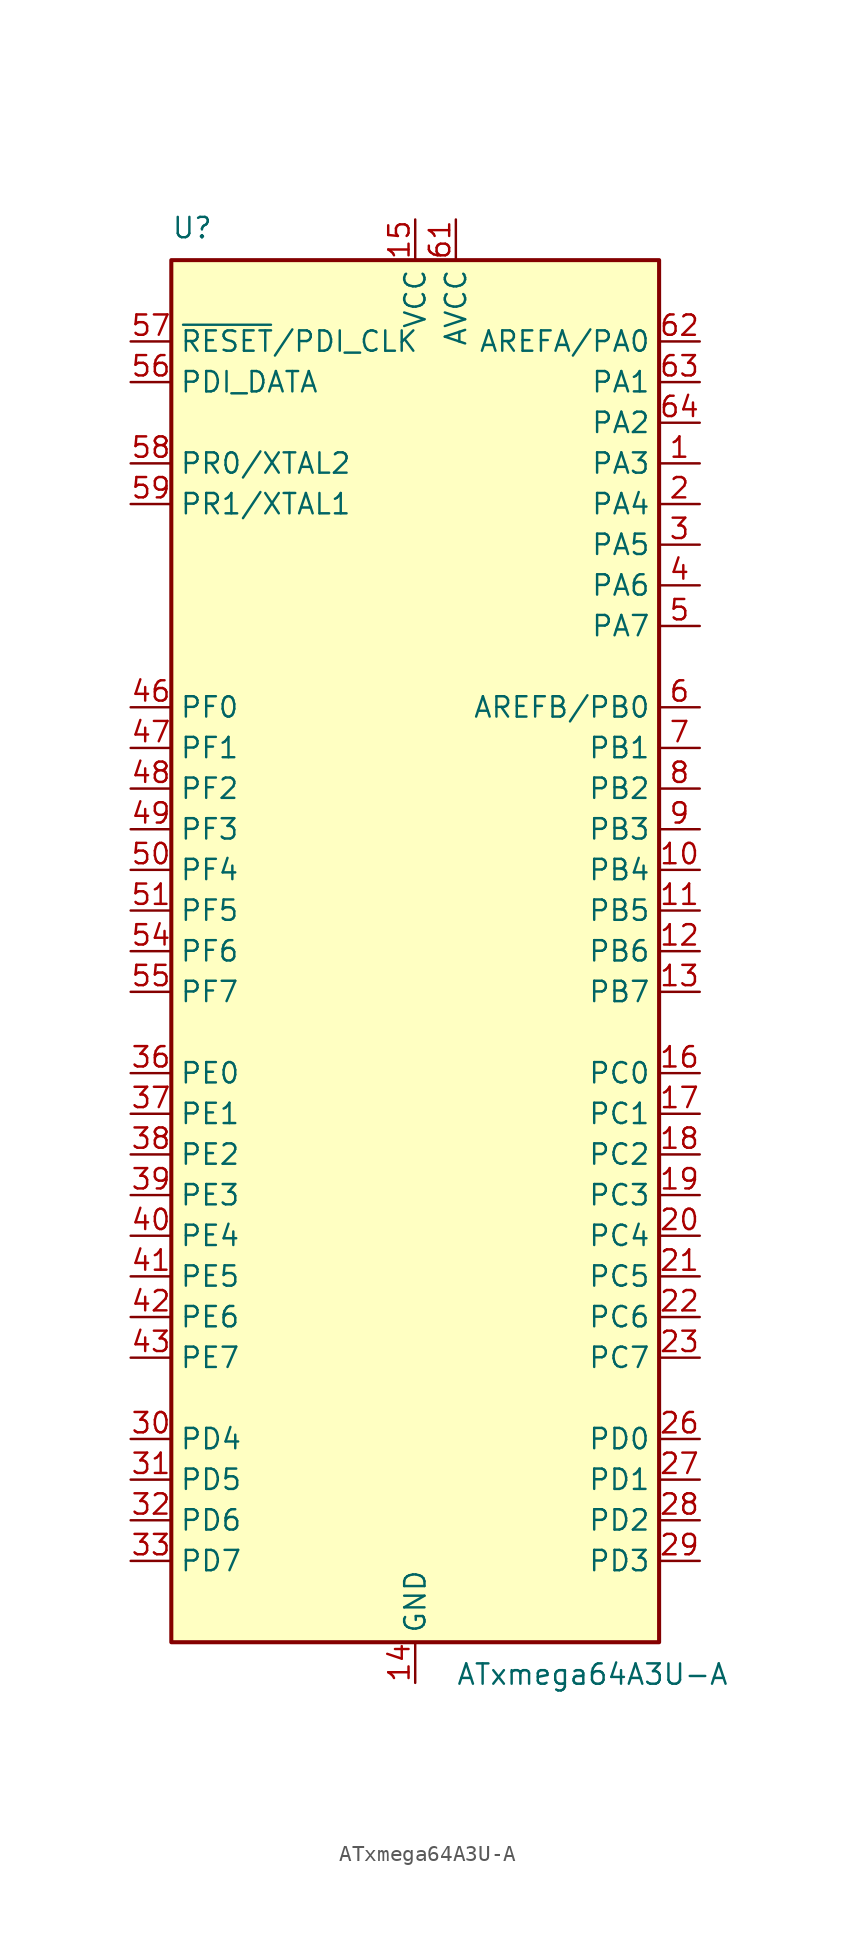
<source format=kicad_sym>
(kicad_symbol_lib
  (version 20211014)
  (generator kicad_symbol_editor)
  (symbol "ATxmega64A3U-A"
    (property "Reference" "U"
      (at -15.24 44.45 0)
      (effects (font (size 1.27 1.27)) (justify left bottom)))
    (property "Value" "ATxmega64A3U-A"
      (at 2.54 -44.45 0)
      (effects (font (size 1.27 1.27)) (justify left top)))
    (symbol "ATxmega64A3U-A_0_1"
      (rectangle (start -15.24 -43.18) (end 15.24 43.18) (stroke (width 0.254) (type default) (color 0 0 0 0)) (fill (type background))))
    (symbol "ATxmega64A3U-A_1_1"
      (pin bidirectional line (at 17.78 30.48 180) (length 2.54) (name "PA3" (effects (font (size 1.27 1.27)))) (number "1" (effects (font (size 1.27 1.27)))))
      (pin bidirectional line (at 17.78 5.08 180) (length 2.54) (name "PB4" (effects (font (size 1.27 1.27)))) (number "10" (effects (font (size 1.27 1.27)))))
      (pin bidirectional line (at 17.78 2.54 180) (length 2.54) (name "PB5" (effects (font (size 1.27 1.27)))) (number "11" (effects (font (size 1.27 1.27)))))
      (pin bidirectional line (at 17.78 0 180) (length 2.54) (name "PB6" (effects (font (size 1.27 1.27)))) (number "12" (effects (font (size 1.27 1.27)))))
      (pin bidirectional line (at 17.78 -2.54 180) (length 2.54) (name "PB7" (effects (font (size 1.27 1.27)))) (number "13" (effects (font (size 1.27 1.27)))))
      (pin power_in line (at 0 -45.72 90) (length 2.54) (name "GND" (effects (font (size 1.27 1.27)))) (number "14" (effects (font (size 1.27 1.27)))))
      (pin power_in line (at 0 45.72 270) (length 2.54) (name "VCC" (effects (font (size 1.27 1.27)))) (number "15" (effects (font (size 1.27 1.27)))))
      (pin bidirectional line (at 17.78 -7.62 180) (length 2.54) (name "PC0" (effects (font (size 1.27 1.27)))) (number "16" (effects (font (size 1.27 1.27)))))
      (pin bidirectional line (at 17.78 -10.16 180) (length 2.54) (name "PC1" (effects (font (size 1.27 1.27)))) (number "17" (effects (font (size 1.27 1.27)))))
      (pin bidirectional line (at 17.78 -12.7 180) (length 2.54) (name "PC2" (effects (font (size 1.27 1.27)))) (number "18" (effects (font (size 1.27 1.27)))))
      (pin bidirectional line (at 17.78 -15.24 180) (length 2.54) (name "PC3" (effects (font (size 1.27 1.27)))) (number "19" (effects (font (size 1.27 1.27)))))
      (pin bidirectional line (at 17.78 27.94 180) (length 2.54) (name "PA4" (effects (font (size 1.27 1.27)))) (number "2" (effects (font (size 1.27 1.27)))))
      (pin bidirectional line (at 17.78 -17.78 180) (length 2.54) (name "PC4" (effects (font (size 1.27 1.27)))) (number "20" (effects (font (size 1.27 1.27)))))
      (pin bidirectional line (at 17.78 -20.32 180) (length 2.54) (name "PC5" (effects (font (size 1.27 1.27)))) (number "21" (effects (font (size 1.27 1.27)))))
      (pin bidirectional line (at 17.78 -22.86 180) (length 2.54) (name "PC6" (effects (font (size 1.27 1.27)))) (number "22" (effects (font (size 1.27 1.27)))))
      (pin bidirectional line (at 17.78 -25.4 180) (length 2.54) (name "PC7" (effects (font (size 1.27 1.27)))) (number "23" (effects (font (size 1.27 1.27)))))
      (pin passive line (at 0 -45.72 90) (length 2.54) hide (name "GND" (effects (font (size 1.27 1.27)))) (number "24" (effects (font (size 1.27 1.27)))))
      (pin passive line (at 0 45.72 270) (length 2.54) hide (name "VCC" (effects (font (size 1.27 1.27)))) (number "25" (effects (font (size 1.27 1.27)))))
      (pin bidirectional line (at 17.78 -30.48 180) (length 2.54) (name "PD0" (effects (font (size 1.27 1.27)))) (number "26" (effects (font (size 1.27 1.27)))))
      (pin bidirectional line (at 17.78 -33.02 180) (length 2.54) (name "PD1" (effects (font (size 1.27 1.27)))) (number "27" (effects (font (size 1.27 1.27)))))
      (pin bidirectional line (at 17.78 -35.56 180) (length 2.54) (name "PD2" (effects (font (size 1.27 1.27)))) (number "28" (effects (font (size 1.27 1.27)))))
      (pin bidirectional line (at 17.78 -38.1 180) (length 2.54) (name "PD3" (effects (font (size 1.27 1.27)))) (number "29" (effects (font (size 1.27 1.27)))))
      (pin bidirectional line (at 17.78 25.4 180) (length 2.54) (name "PA5" (effects (font (size 1.27 1.27)))) (number "3" (effects (font (size 1.27 1.27)))))
      (pin bidirectional line (at -17.78 -30.48 0) (length 2.54) (name "PD4" (effects (font (size 1.27 1.27)))) (number "30" (effects (font (size 1.27 1.27)))))
      (pin bidirectional line (at -17.78 -33.02 0) (length 2.54) (name "PD5" (effects (font (size 1.27 1.27)))) (number "31" (effects (font (size 1.27 1.27)))))
      (pin bidirectional line (at -17.78 -35.56 0) (length 2.54) (name "PD6" (effects (font (size 1.27 1.27)))) (number "32" (effects (font (size 1.27 1.27)))))
      (pin bidirectional line (at -17.78 -38.1 0) (length 2.54) (name "PD7" (effects (font (size 1.27 1.27)))) (number "33" (effects (font (size 1.27 1.27)))))
      (pin passive line (at 0 -45.72 90) (length 2.54) hide (name "GND" (effects (font (size 1.27 1.27)))) (number "34" (effects (font (size 1.27 1.27)))))
      (pin passive line (at 0 45.72 270) (length 2.54) hide (name "VCC" (effects (font (size 1.27 1.27)))) (number "35" (effects (font (size 1.27 1.27)))))
      (pin bidirectional line (at -17.78 -7.62 0) (length 2.54) (name "PE0" (effects (font (size 1.27 1.27)))) (number "36" (effects (font (size 1.27 1.27)))))
      (pin bidirectional line (at -17.78 -10.16 0) (length 2.54) (name "PE1" (effects (font (size 1.27 1.27)))) (number "37" (effects (font (size 1.27 1.27)))))
      (pin bidirectional line (at -17.78 -12.7 0) (length 2.54) (name "PE2" (effects (font (size 1.27 1.27)))) (number "38" (effects (font (size 1.27 1.27)))))
      (pin bidirectional line (at -17.78 -15.24 0) (length 2.54) (name "PE3" (effects (font (size 1.27 1.27)))) (number "39" (effects (font (size 1.27 1.27)))))
      (pin bidirectional line (at 17.78 22.86 180) (length 2.54) (name "PA6" (effects (font (size 1.27 1.27)))) (number "4" (effects (font (size 1.27 1.27)))))
      (pin bidirectional line (at -17.78 -17.78 0) (length 2.54) (name "PE4" (effects (font (size 1.27 1.27)))) (number "40" (effects (font (size 1.27 1.27)))))
      (pin bidirectional line (at -17.78 -20.32 0) (length 2.54) (name "PE5" (effects (font (size 1.27 1.27)))) (number "41" (effects (font (size 1.27 1.27)))))
      (pin bidirectional line (at -17.78 -22.86 0) (length 2.54) (name "PE6" (effects (font (size 1.27 1.27)))) (number "42" (effects (font (size 1.27 1.27)))))
      (pin bidirectional line (at -17.78 -25.4 0) (length 2.54) (name "PE7" (effects (font (size 1.27 1.27)))) (number "43" (effects (font (size 1.27 1.27)))))
      (pin passive line (at 0 -45.72 90) (length 2.54) hide (name "GND" (effects (font (size 1.27 1.27)))) (number "44" (effects (font (size 1.27 1.27)))))
      (pin passive line (at 0 45.72 270) (length 2.54) hide (name "VCC" (effects (font (size 1.27 1.27)))) (number "45" (effects (font (size 1.27 1.27)))))
      (pin bidirectional line (at -17.78 15.24 0) (length 2.54) (name "PF0" (effects (font (size 1.27 1.27)))) (number "46" (effects (font (size 1.27 1.27)))))
      (pin bidirectional line (at -17.78 12.7 0) (length 2.54) (name "PF1" (effects (font (size 1.27 1.27)))) (number "47" (effects (font (size 1.27 1.27)))))
      (pin bidirectional line (at -17.78 10.16 0) (length 2.54) (name "PF2" (effects (font (size 1.27 1.27)))) (number "48" (effects (font (size 1.27 1.27)))))
      (pin bidirectional line (at -17.78 7.62 0) (length 2.54) (name "PF3" (effects (font (size 1.27 1.27)))) (number "49" (effects (font (size 1.27 1.27)))))
      (pin bidirectional line (at 17.78 20.32 180) (length 2.54) (name "PA7" (effects (font (size 1.27 1.27)))) (number "5" (effects (font (size 1.27 1.27)))))
      (pin bidirectional line (at -17.78 5.08 0) (length 2.54) (name "PF4" (effects (font (size 1.27 1.27)))) (number "50" (effects (font (size 1.27 1.27)))))
      (pin bidirectional line (at -17.78 2.54 0) (length 2.54) (name "PF5" (effects (font (size 1.27 1.27)))) (number "51" (effects (font (size 1.27 1.27)))))
      (pin passive line (at 0 -45.72 90) (length 2.54) hide (name "GND" (effects (font (size 1.27 1.27)))) (number "52" (effects (font (size 1.27 1.27)))))
      (pin passive line (at 0 45.72 270) (length 2.54) hide (name "VCC" (effects (font (size 1.27 1.27)))) (number "53" (effects (font (size 1.27 1.27)))))
      (pin bidirectional line (at -17.78 0 0) (length 2.54) (name "PF6" (effects (font (size 1.27 1.27)))) (number "54" (effects (font (size 1.27 1.27)))))
      (pin bidirectional line (at -17.78 -2.54 0) (length 2.54) (name "PF7" (effects (font (size 1.27 1.27)))) (number "55" (effects (font (size 1.27 1.27)))))
      (pin bidirectional line (at -17.78 35.56 0) (length 2.54) (name "PDI_DATA" (effects (font (size 1.27 1.27)))) (number "56" (effects (font (size 1.27 1.27)))))
      (pin input line (at -17.78 38.1 0) (length 2.54) (name "~{RESET}/PDI_CLK" (effects (font (size 1.27 1.27)))) (number "57" (effects (font (size 1.27 1.27)))))
      (pin bidirectional line (at -17.78 30.48 0) (length 2.54) (name "PR0/XTAL2" (effects (font (size 1.27 1.27)))) (number "58" (effects (font (size 1.27 1.27)))))
      (pin bidirectional line (at -17.78 27.94 0) (length 2.54) (name "PR1/XTAL1" (effects (font (size 1.27 1.27)))) (number "59" (effects (font (size 1.27 1.27)))))
      (pin bidirectional line (at 17.78 15.24 180) (length 2.54) (name "AREFB/PB0" (effects (font (size 1.27 1.27)))) (number "6" (effects (font (size 1.27 1.27)))))
      (pin passive line (at 0 -45.72 90) (length 2.54) hide (name "GND" (effects (font (size 1.27 1.27)))) (number "60" (effects (font (size 1.27 1.27)))))
      (pin power_in line (at 2.54 45.72 270) (length 2.54) (name "AVCC" (effects (font (size 1.27 1.27)))) (number "61" (effects (font (size 1.27 1.27)))))
      (pin bidirectional line (at 17.78 38.1 180) (length 2.54) (name "AREFA/PA0" (effects (font (size 1.27 1.27)))) (number "62" (effects (font (size 1.27 1.27)))))
      (pin bidirectional line (at 17.78 35.56 180) (length 2.54) (name "PA1" (effects (font (size 1.27 1.27)))) (number "63" (effects (font (size 1.27 1.27)))))
      (pin bidirectional line (at 17.78 33.02 180) (length 2.54) (name "PA2" (effects (font (size 1.27 1.27)))) (number "64" (effects (font (size 1.27 1.27)))))
      (pin bidirectional line (at 17.78 12.7 180) (length 2.54) (name "PB1" (effects (font (size 1.27 1.27)))) (number "7" (effects (font (size 1.27 1.27)))))
      (pin bidirectional line (at 17.78 10.16 180) (length 2.54) (name "PB2" (effects (font (size 1.27 1.27)))) (number "8" (effects (font (size 1.27 1.27)))))
      (pin bidirectional line (at 17.78 7.62 180) (length 2.54) (name "PB3" (effects (font (size 1.27 1.27)))) (number "9" (effects (font (size 1.27 1.27))))))))
</source>
